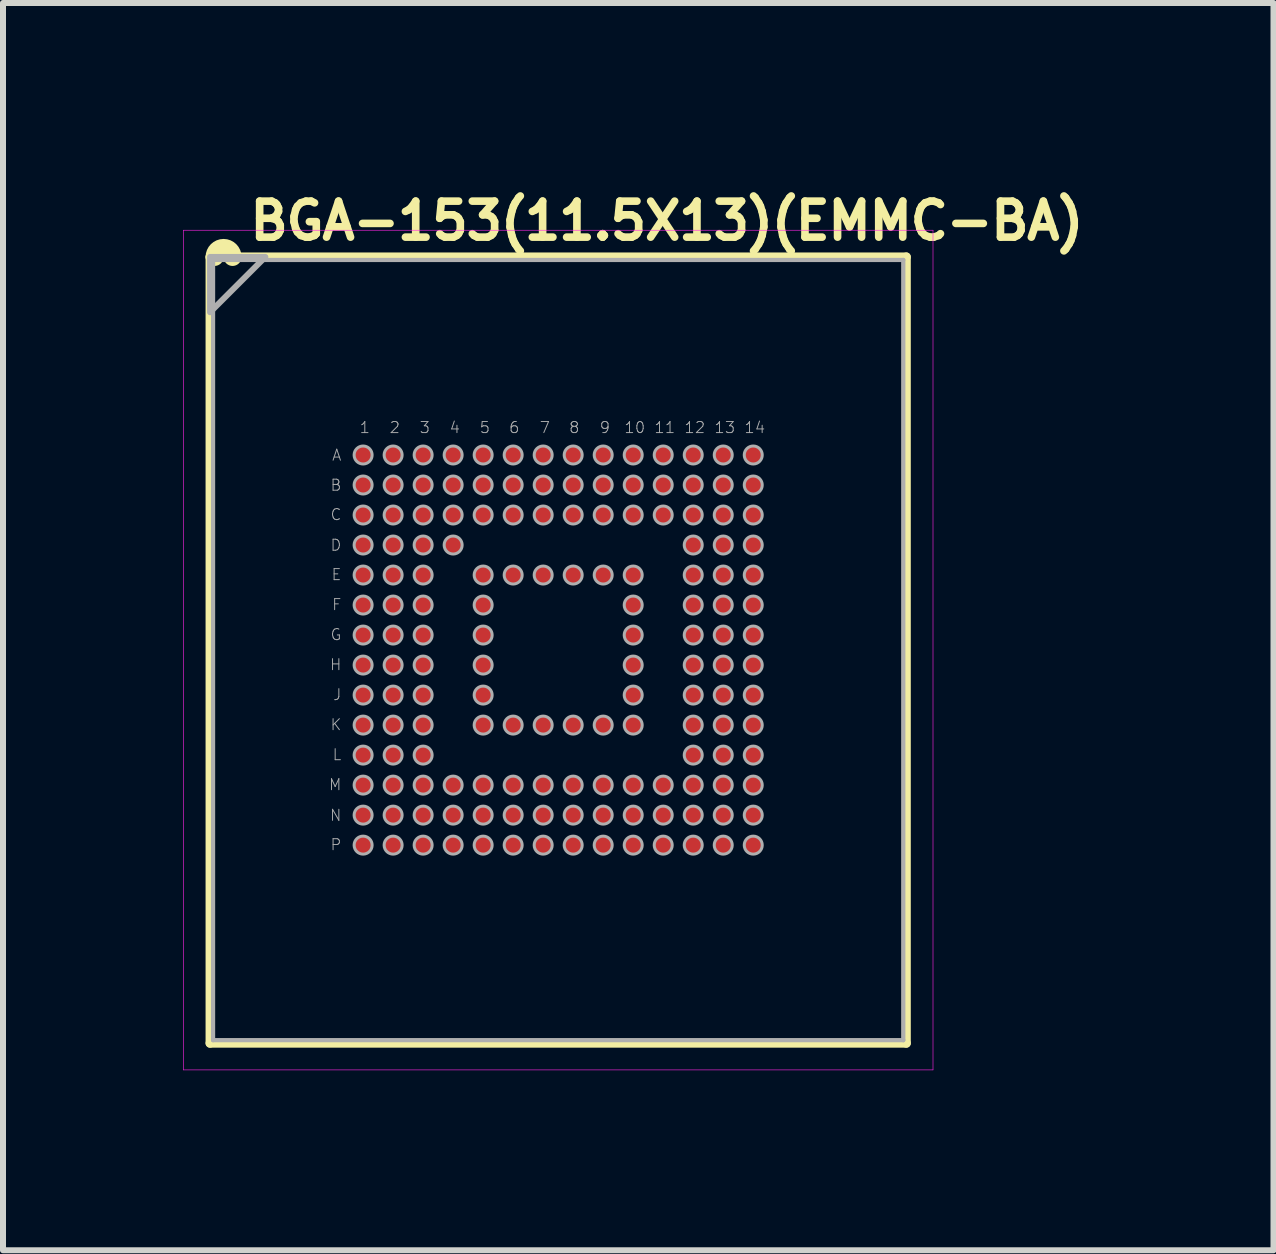
<source format=kicad_pcb>
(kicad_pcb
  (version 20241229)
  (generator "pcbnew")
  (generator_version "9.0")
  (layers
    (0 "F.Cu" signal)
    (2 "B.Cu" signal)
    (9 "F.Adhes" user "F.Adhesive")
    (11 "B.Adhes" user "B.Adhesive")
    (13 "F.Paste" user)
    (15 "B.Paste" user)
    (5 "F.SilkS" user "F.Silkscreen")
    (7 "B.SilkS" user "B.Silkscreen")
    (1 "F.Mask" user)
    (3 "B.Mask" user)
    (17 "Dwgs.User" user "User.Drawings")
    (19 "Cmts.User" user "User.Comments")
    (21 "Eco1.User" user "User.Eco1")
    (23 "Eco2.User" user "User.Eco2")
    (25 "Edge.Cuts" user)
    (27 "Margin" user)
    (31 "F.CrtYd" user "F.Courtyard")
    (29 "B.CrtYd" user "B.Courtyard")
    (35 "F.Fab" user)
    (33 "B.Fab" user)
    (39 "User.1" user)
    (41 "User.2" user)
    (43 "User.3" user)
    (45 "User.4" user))
  (footprint "BGA-153(11.5X13)(EMMC-BA)"
    (layer "F.Cu")
    (at 6.25 7.781)
    (property "Reference" "BGA-153(11.5X13)(EMMC-BA)" (at -5.2 -6.8 0) (layer "F.SilkS") (effects (font (size 0.6 0.6) (thickness 0.127) (bold yes)) (justify left bottom)))
    (fp_circle (center -3.25 -3.25) (end -3.148 -3.25) (stroke (width 0.203) (type solid)) (fill no) (layer "F.Mask"))
    (fp_circle (center -3.25 -2.75) (end -3.148 -2.75) (stroke (width 0.203) (type solid)) (fill no) (layer "F.Mask"))
    (fp_circle (center -3.25 -2.25) (end -3.148 -2.25) (stroke (width 0.203) (type solid)) (fill no) (layer "F.Mask"))
    (fp_circle (center -3.25 -1.75) (end -3.148 -1.75) (stroke (width 0.203) (type solid)) (fill no) (layer "F.Mask"))
    (fp_circle (center -3.25 -1.25) (end -3.148 -1.25) (stroke (width 0.203) (type solid)) (fill no) (layer "F.Mask"))
    (fp_circle (center -3.25 -0.75) (end -3.148 -0.75) (stroke (width 0.203) (type solid)) (fill no) (layer "F.Mask"))
    (fp_circle (center -3.25 -0.25) (end -3.148 -0.25) (stroke (width 0.203) (type solid)) (fill no) (layer "F.Mask"))
    (fp_circle (center -3.25 0.25) (end -3.148 0.25) (stroke (width 0.203) (type solid)) (fill no) (layer "F.Mask"))
    (fp_circle (center -3.25 0.75) (end -3.148 0.75) (stroke (width 0.203) (type solid)) (fill no) (layer "F.Mask"))
    (fp_circle (center -3.25 1.25) (end -3.148 1.25) (stroke (width 0.203) (type solid)) (fill no) (layer "F.Mask"))
    (fp_circle (center -3.25 1.75) (end -3.148 1.75) (stroke (width 0.203) (type solid)) (fill no) (layer "F.Mask"))
    (fp_circle (center -3.25 2.25) (end -3.148 2.25) (stroke (width 0.203) (type solid)) (fill no) (layer "F.Mask"))
    (fp_circle (center -3.25 2.75) (end -3.148 2.75) (stroke (width 0.203) (type solid)) (fill no) (layer "F.Mask"))
    (fp_circle (center -3.25 3.25) (end -3.148 3.25) (stroke (width 0.203) (type solid)) (fill no) (layer "F.Mask"))
    (fp_circle (center -2.75 -3.25) (end -2.648 -3.25) (stroke (width 0.203) (type solid)) (fill no) (layer "F.Mask"))
    (fp_circle (center -2.75 -2.75) (end -2.648 -2.75) (stroke (width 0.203) (type solid)) (fill no) (layer "F.Mask"))
    (fp_circle (center -2.75 -2.25) (end -2.648 -2.25) (stroke (width 0.203) (type solid)) (fill no) (layer "F.Mask"))
    (fp_circle (center -2.75 -1.75) (end -2.648 -1.75) (stroke (width 0.203) (type solid)) (fill no) (layer "F.Mask"))
    (fp_circle (center -2.75 -1.25) (end -2.648 -1.25) (stroke (width 0.203) (type solid)) (fill no) (layer "F.Mask"))
    (fp_circle (center -2.75 -0.75) (end -2.648 -0.75) (stroke (width 0.203) (type solid)) (fill no) (layer "F.Mask"))
    (fp_circle (center -2.75 -0.25) (end -2.648 -0.25) (stroke (width 0.203) (type solid)) (fill no) (layer "F.Mask"))
    (fp_circle (center -2.75 0.25) (end -2.648 0.25) (stroke (width 0.203) (type solid)) (fill no) (layer "F.Mask"))
    (fp_circle (center -2.75 0.75) (end -2.648 0.75) (stroke (width 0.203) (type solid)) (fill no) (layer "F.Mask"))
    (fp_circle (center -2.75 1.25) (end -2.648 1.25) (stroke (width 0.203) (type solid)) (fill no) (layer "F.Mask"))
    (fp_circle (center -2.75 1.75) (end -2.648 1.75) (stroke (width 0.203) (type solid)) (fill no) (layer "F.Mask"))
    (fp_circle (center -2.75 2.25) (end -2.648 2.25) (stroke (width 0.203) (type solid)) (fill no) (layer "F.Mask"))
    (fp_circle (center -2.75 2.75) (end -2.648 2.75) (stroke (width 0.203) (type solid)) (fill no) (layer "F.Mask"))
    (fp_circle (center -2.75 3.25) (end -2.648 3.25) (stroke (width 0.203) (type solid)) (fill no) (layer "F.Mask"))
    (fp_circle (center -2.25 -3.25) (end -2.148 -3.25) (stroke (width 0.203) (type solid)) (fill no) (layer "F.Mask"))
    (fp_circle (center -2.25 -2.75) (end -2.148 -2.75) (stroke (width 0.203) (type solid)) (fill no) (layer "F.Mask"))
    (fp_circle (center -2.25 -2.25) (end -2.148 -2.25) (stroke (width 0.203) (type solid)) (fill no) (layer "F.Mask"))
    (fp_circle (center -2.25 -1.75) (end -2.148 -1.75) (stroke (width 0.203) (type solid)) (fill no) (layer "F.Mask"))
    (fp_circle (center -2.25 -1.25) (end -2.148 -1.25) (stroke (width 0.203) (type solid)) (fill no) (layer "F.Mask"))
    (fp_circle (center -2.25 -0.75) (end -2.148 -0.75) (stroke (width 0.203) (type solid)) (fill no) (layer "F.Mask"))
    (fp_circle (center -2.25 -0.25) (end -2.148 -0.25) (stroke (width 0.203) (type solid)) (fill no) (layer "F.Mask"))
    (fp_circle (center -2.25 0.25) (end -2.148 0.25) (stroke (width 0.203) (type solid)) (fill no) (layer "F.Mask"))
    (fp_circle (center -2.25 0.75) (end -2.148 0.75) (stroke (width 0.203) (type solid)) (fill no) (layer "F.Mask"))
    (fp_circle (center -2.25 1.25) (end -2.148 1.25) (stroke (width 0.203) (type solid)) (fill no) (layer "F.Mask"))
    (fp_circle (center -2.25 1.75) (end -2.148 1.75) (stroke (width 0.203) (type solid)) (fill no) (layer "F.Mask"))
    (fp_circle (center -2.25 2.25) (end -2.148 2.25) (stroke (width 0.203) (type solid)) (fill no) (layer "F.Mask"))
    (fp_circle (center -2.25 2.75) (end -2.148 2.75) (stroke (width 0.203) (type solid)) (fill no) (layer "F.Mask"))
    (fp_circle (center -2.25 3.25) (end -2.148 3.25) (stroke (width 0.203) (type solid)) (fill no) (layer "F.Mask"))
    (fp_circle (center -1.75 -3.25) (end -1.648 -3.25) (stroke (width 0.203) (type solid)) (fill no) (layer "F.Mask"))
    (fp_circle (center -1.75 -2.75) (end -1.648 -2.75) (stroke (width 0.203) (type solid)) (fill no) (layer "F.Mask"))
    (fp_circle (center -1.75 -2.25) (end -1.648 -2.25) (stroke (width 0.203) (type solid)) (fill no) (layer "F.Mask"))
    (fp_circle (center -1.75 -1.75) (end -1.648 -1.75) (stroke (width 0.203) (type solid)) (fill no) (layer "F.Mask"))
    (fp_circle (center -1.75 2.25) (end -1.648 2.25) (stroke (width 0.203) (type solid)) (fill no) (layer "F.Mask"))
    (fp_circle (center -1.75 2.75) (end -1.648 2.75) (stroke (width 0.203) (type solid)) (fill no) (layer "F.Mask"))
    (fp_circle (center -1.75 3.25) (end -1.648 3.25) (stroke (width 0.203) (type solid)) (fill no) (layer "F.Mask"))
    (fp_circle (center -1.25 -3.25) (end -1.148 -3.25) (stroke (width 0.203) (type solid)) (fill no) (layer "F.Mask"))
    (fp_circle (center -1.25 -2.75) (end -1.148 -2.75) (stroke (width 0.203) (type solid)) (fill no) (layer "F.Mask"))
    (fp_circle (center -1.25 -2.25) (end -1.148 -2.25) (stroke (width 0.203) (type solid)) (fill no) (layer "F.Mask"))
    (fp_circle (center -1.25 -1.25) (end -1.148 -1.25) (stroke (width 0.203) (type solid)) (fill no) (layer "F.Mask"))
    (fp_circle (center -1.25 -0.75) (end -1.148 -0.75) (stroke (width 0.203) (type solid)) (fill no) (layer "F.Mask"))
    (fp_circle (center -1.25 -0.25) (end -1.148 -0.25) (stroke (width 0.203) (type solid)) (fill no) (layer "F.Mask"))
    (fp_circle (center -1.25 0.25) (end -1.148 0.25) (stroke (width 0.203) (type solid)) (fill no) (layer "F.Mask"))
    (fp_circle (center -1.25 0.75) (end -1.148 0.75) (stroke (width 0.203) (type solid)) (fill no) (layer "F.Mask"))
    (fp_circle (center -1.25 1.25) (end -1.148 1.25) (stroke (width 0.203) (type solid)) (fill no) (layer "F.Mask"))
    (fp_circle (center -1.25 2.25) (end -1.148 2.25) (stroke (width 0.203) (type solid)) (fill no) (layer "F.Mask"))
    (fp_circle (center -1.25 2.75) (end -1.148 2.75) (stroke (width 0.203) (type solid)) (fill no) (layer "F.Mask"))
    (fp_circle (center -1.25 3.25) (end -1.148 3.25) (stroke (width 0.203) (type solid)) (fill no) (layer "F.Mask"))
    (fp_circle (center -0.75 -3.25) (end -0.648 -3.25) (stroke (width 0.203) (type solid)) (fill no) (layer "F.Mask"))
    (fp_circle (center -0.75 -2.75) (end -0.648 -2.75) (stroke (width 0.203) (type solid)) (fill no) (layer "F.Mask"))
    (fp_circle (center -0.75 -2.25) (end -0.648 -2.25) (stroke (width 0.203) (type solid)) (fill no) (layer "F.Mask"))
    (fp_circle (center -0.75 -1.25) (end -0.648 -1.25) (stroke (width 0.203) (type solid)) (fill no) (layer "F.Mask"))
    (fp_circle (center -0.75 1.25) (end -0.648 1.25) (stroke (width 0.203) (type solid)) (fill no) (layer "F.Mask"))
    (fp_circle (center -0.75 2.25) (end -0.648 2.25) (stroke (width 0.203) (type solid)) (fill no) (layer "F.Mask"))
    (fp_circle (center -0.75 2.75) (end -0.648 2.75) (stroke (width 0.203) (type solid)) (fill no) (layer "F.Mask"))
    (fp_circle (center -0.75 3.25) (end -0.648 3.25) (stroke (width 0.203) (type solid)) (fill no) (layer "F.Mask"))
    (fp_circle (center -0.25 -3.25) (end -0.148 -3.25) (stroke (width 0.203) (type solid)) (fill no) (layer "F.Mask"))
    (fp_circle (center -0.25 -2.75) (end -0.148 -2.75) (stroke (width 0.203) (type solid)) (fill no) (layer "F.Mask"))
    (fp_circle (center -0.25 -2.25) (end -0.148 -2.25) (stroke (width 0.203) (type solid)) (fill no) (layer "F.Mask"))
    (fp_circle (center -0.25 -1.25) (end -0.148 -1.25) (stroke (width 0.203) (type solid)) (fill no) (layer "F.Mask"))
    (fp_circle (center -0.25 1.25) (end -0.148 1.25) (stroke (width 0.203) (type solid)) (fill no) (layer "F.Mask"))
    (fp_circle (center -0.25 2.25) (end -0.148 2.25) (stroke (width 0.203) (type solid)) (fill no) (layer "F.Mask"))
    (fp_circle (center -0.25 2.75) (end -0.148 2.75) (stroke (width 0.203) (type solid)) (fill no) (layer "F.Mask"))
    (fp_circle (center -0.25 3.25) (end -0.148 3.25) (stroke (width 0.203) (type solid)) (fill no) (layer "F.Mask"))
    (fp_circle (center 0.25 -3.25) (end 0.352 -3.25) (stroke (width 0.203) (type solid)) (fill no) (layer "F.Mask"))
    (fp_circle (center 0.25 -2.75) (end 0.352 -2.75) (stroke (width 0.203) (type solid)) (fill no) (layer "F.Mask"))
    (fp_circle (center 0.25 -2.25) (end 0.352 -2.25) (stroke (width 0.203) (type solid)) (fill no) (layer "F.Mask"))
    (fp_circle (center 0.25 -1.25) (end 0.352 -1.25) (stroke (width 0.203) (type solid)) (fill no) (layer "F.Mask"))
    (fp_circle (center 0.25 1.25) (end 0.352 1.25) (stroke (width 0.203) (type solid)) (fill no) (layer "F.Mask"))
    (fp_circle (center 0.25 2.25) (end 0.352 2.25) (stroke (width 0.203) (type solid)) (fill no) (layer "F.Mask"))
    (fp_circle (center 0.25 2.75) (end 0.352 2.75) (stroke (width 0.203) (type solid)) (fill no) (layer "F.Mask"))
    (fp_circle (center 0.25 3.25) (end 0.352 3.25) (stroke (width 0.203) (type solid)) (fill no) (layer "F.Mask"))
    (fp_circle (center 0.75 -3.25) (end 0.852 -3.25) (stroke (width 0.203) (type solid)) (fill no) (layer "F.Mask"))
    (fp_circle (center 0.75 -2.75) (end 0.852 -2.75) (stroke (width 0.203) (type solid)) (fill no) (layer "F.Mask"))
    (fp_circle (center 0.75 -2.25) (end 0.852 -2.25) (stroke (width 0.203) (type solid)) (fill no) (layer "F.Mask"))
    (fp_circle (center 0.75 -1.25) (end 0.852 -1.25) (stroke (width 0.203) (type solid)) (fill no) (layer "F.Mask"))
    (fp_circle (center 0.75 1.25) (end 0.852 1.25) (stroke (width 0.203) (type solid)) (fill no) (layer "F.Mask"))
    (fp_circle (center 0.75 2.25) (end 0.852 2.25) (stroke (width 0.203) (type solid)) (fill no) (layer "F.Mask"))
    (fp_circle (center 0.75 2.75) (end 0.852 2.75) (stroke (width 0.203) (type solid)) (fill no) (layer "F.Mask"))
    (fp_circle (center 0.75 3.25) (end 0.852 3.25) (stroke (width 0.203) (type solid)) (fill no) (layer "F.Mask"))
    (fp_circle (center 1.25 -3.25) (end 1.352 -3.25) (stroke (width 0.203) (type solid)) (fill no) (layer "F.Mask"))
    (fp_circle (center 1.25 -2.75) (end 1.352 -2.75) (stroke (width 0.203) (type solid)) (fill no) (layer "F.Mask"))
    (fp_circle (center 1.25 -2.25) (end 1.352 -2.25) (stroke (width 0.203) (type solid)) (fill no) (layer "F.Mask"))
    (fp_circle (center 1.25 -1.25) (end 1.352 -1.25) (stroke (width 0.203) (type solid)) (fill no) (layer "F.Mask"))
    (fp_circle (center 1.25 -0.75) (end 1.352 -0.75) (stroke (width 0.203) (type solid)) (fill no) (layer "F.Mask"))
    (fp_circle (center 1.25 -0.25) (end 1.352 -0.25) (stroke (width 0.203) (type solid)) (fill no) (layer "F.Mask"))
    (fp_circle (center 1.25 0.25) (end 1.352 0.25) (stroke (width 0.203) (type solid)) (fill no) (layer "F.Mask"))
    (fp_circle (center 1.25 0.75) (end 1.352 0.75) (stroke (width 0.203) (type solid)) (fill no) (layer "F.Mask"))
    (fp_circle (center 1.25 1.25) (end 1.352 1.25) (stroke (width 0.203) (type solid)) (fill no) (layer "F.Mask"))
    (fp_circle (center 1.25 2.25) (end 1.352 2.25) (stroke (width 0.203) (type solid)) (fill no) (layer "F.Mask"))
    (fp_circle (center 1.25 2.75) (end 1.352 2.75) (stroke (width 0.203) (type solid)) (fill no) (layer "F.Mask"))
    (fp_circle (center 1.25 3.25) (end 1.352 3.25) (stroke (width 0.203) (type solid)) (fill no) (layer "F.Mask"))
    (fp_circle (center 1.75 -3.25) (end 1.852 -3.25) (stroke (width 0.203) (type solid)) (fill no) (layer "F.Mask"))
    (fp_circle (center 1.75 -2.75) (end 1.852 -2.75) (stroke (width 0.203) (type solid)) (fill no) (layer "F.Mask"))
    (fp_circle (center 1.75 -2.25) (end 1.852 -2.25) (stroke (width 0.203) (type solid)) (fill no) (layer "F.Mask"))
    (fp_circle (center 1.75 2.25) (end 1.852 2.25) (stroke (width 0.203) (type solid)) (fill no) (layer "F.Mask"))
    (fp_circle (center 1.75 2.75) (end 1.852 2.75) (stroke (width 0.203) (type solid)) (fill no) (layer "F.Mask"))
    (fp_circle (center 1.75 3.25) (end 1.852 3.25) (stroke (width 0.203) (type solid)) (fill no) (layer "F.Mask"))
    (fp_circle (center 2.25 -3.25) (end 2.352 -3.25) (stroke (width 0.203) (type solid)) (fill no) (layer "F.Mask"))
    (fp_circle (center 2.25 -2.75) (end 2.352 -2.75) (stroke (width 0.203) (type solid)) (fill no) (layer "F.Mask"))
    (fp_circle (center 2.25 -2.25) (end 2.352 -2.25) (stroke (width 0.203) (type solid)) (fill no) (layer "F.Mask"))
    (fp_circle (center 2.25 -1.75) (end 2.352 -1.75) (stroke (width 0.203) (type solid)) (fill no) (layer "F.Mask"))
    (fp_circle (center 2.25 -1.25) (end 2.352 -1.25) (stroke (width 0.203) (type solid)) (fill no) (layer "F.Mask"))
    (fp_circle (center 2.25 -0.75) (end 2.352 -0.75) (stroke (width 0.203) (type solid)) (fill no) (layer "F.Mask"))
    (fp_circle (center 2.25 -0.25) (end 2.352 -0.25) (stroke (width 0.203) (type solid)) (fill no) (layer "F.Mask"))
    (fp_circle (center 2.25 0.25) (end 2.352 0.25) (stroke (width 0.203) (type solid)) (fill no) (layer "F.Mask"))
    (fp_circle (center 2.25 0.75) (end 2.352 0.75) (stroke (width 0.203) (type solid)) (fill no) (layer "F.Mask"))
    (fp_circle (center 2.25 1.25) (end 2.352 1.25) (stroke (width 0.203) (type solid)) (fill no) (layer "F.Mask"))
    (fp_circle (center 2.25 1.75) (end 2.352 1.75) (stroke (width 0.203) (type solid)) (fill no) (layer "F.Mask"))
    (fp_circle (center 2.25 2.25) (end 2.352 2.25) (stroke (width 0.203) (type solid)) (fill no) (layer "F.Mask"))
    (fp_circle (center 2.25 2.75) (end 2.352 2.75) (stroke (width 0.203) (type solid)) (fill no) (layer "F.Mask"))
    (fp_circle (center 2.25 3.25) (end 2.352 3.25) (stroke (width 0.203) (type solid)) (fill no) (layer "F.Mask"))
    (fp_circle (center 2.75 -3.25) (end 2.852 -3.25) (stroke (width 0.203) (type solid)) (fill no) (layer "F.Mask"))
    (fp_circle (center 2.75 -2.75) (end 2.852 -2.75) (stroke (width 0.203) (type solid)) (fill no) (layer "F.Mask"))
    (fp_circle (center 2.75 -2.25) (end 2.852 -2.25) (stroke (width 0.203) (type solid)) (fill no) (layer "F.Mask"))
    (fp_circle (center 2.75 -1.75) (end 2.852 -1.75) (stroke (width 0.203) (type solid)) (fill no) (layer "F.Mask"))
    (fp_circle (center 2.75 -1.25) (end 2.852 -1.25) (stroke (width 0.203) (type solid)) (fill no) (layer "F.Mask"))
    (fp_circle (center 2.75 -0.75) (end 2.852 -0.75) (stroke (width 0.203) (type solid)) (fill no) (layer "F.Mask"))
    (fp_circle (center 2.75 -0.25) (end 2.852 -0.25) (stroke (width 0.203) (type solid)) (fill no) (layer "F.Mask"))
    (fp_circle (center 2.75 0.25) (end 2.852 0.25) (stroke (width 0.203) (type solid)) (fill no) (layer "F.Mask"))
    (fp_circle (center 2.75 0.75) (end 2.852 0.75) (stroke (width 0.203) (type solid)) (fill no) (layer "F.Mask"))
    (fp_circle (center 2.75 1.25) (end 2.852 1.25) (stroke (width 0.203) (type solid)) (fill no) (layer "F.Mask"))
    (fp_circle (center 2.75 1.75) (end 2.852 1.75) (stroke (width 0.203) (type solid)) (fill no) (layer "F.Mask"))
    (fp_circle (center 2.75 2.25) (end 2.852 2.25) (stroke (width 0.203) (type solid)) (fill no) (layer "F.Mask"))
    (fp_circle (center 2.75 2.75) (end 2.852 2.75) (stroke (width 0.203) (type solid)) (fill no) (layer "F.Mask"))
    (fp_circle (center 2.75 3.25) (end 2.852 3.25) (stroke (width 0.203) (type solid)) (fill no) (layer "F.Mask"))
    (fp_circle (center 3.25 -3.25) (end 3.352 -3.25) (stroke (width 0.203) (type solid)) (fill no) (layer "F.Mask"))
    (fp_circle (center 3.25 -2.75) (end 3.352 -2.75) (stroke (width 0.203) (type solid)) (fill no) (layer "F.Mask"))
    (fp_circle (center 3.25 -2.25) (end 3.352 -2.25) (stroke (width 0.203) (type solid)) (fill no) (layer "F.Mask"))
    (fp_circle (center 3.25 -1.75) (end 3.352 -1.75) (stroke (width 0.203) (type solid)) (fill no) (layer "F.Mask"))
    (fp_circle (center 3.25 -1.25) (end 3.352 -1.25) (stroke (width 0.203) (type solid)) (fill no) (layer "F.Mask"))
    (fp_circle (center 3.25 -0.75) (end 3.352 -0.75) (stroke (width 0.203) (type solid)) (fill no) (layer "F.Mask"))
    (fp_circle (center 3.25 -0.25) (end 3.352 -0.25) (stroke (width 0.203) (type solid)) (fill no) (layer "F.Mask"))
    (fp_circle (center 3.25 0.25) (end 3.352 0.25) (stroke (width 0.203) (type solid)) (fill no) (layer "F.Mask"))
    (fp_circle (center 3.25 0.75) (end 3.352 0.75) (stroke (width 0.203) (type solid)) (fill no) (layer "F.Mask"))
    (fp_circle (center 3.25 1.25) (end 3.352 1.25) (stroke (width 0.203) (type solid)) (fill no) (layer "F.Mask"))
    (fp_circle (center 3.25 1.75) (end 3.352 1.75) (stroke (width 0.203) (type solid)) (fill no) (layer "F.Mask"))
    (fp_circle (center 3.25 2.25) (end 3.352 2.25) (stroke (width 0.203) (type solid)) (fill no) (layer "F.Mask"))
    (fp_circle (center 3.25 2.75) (end 3.352 2.75) (stroke (width 0.203) (type solid)) (fill no) (layer "F.Mask"))
    (fp_circle (center 3.25 3.25) (end 3.352 3.25) (stroke (width 0.203) (type solid)) (fill no) (layer "F.Mask"))
    (fp_line (start -5.8 -6.55) (end -5.725 -6.55) (stroke (width 0.15) (type solid)) (layer "F.SilkS"))
    (fp_line (start -5.8 6.55) (end -5.8 -6.55) (stroke (width 0.15) (type solid)) (layer "F.SilkS"))
    (fp_line (start -5.725 -6.55) (end -5.425 -6.55) (stroke (width 0.15) (type solid)) (layer "F.SilkS"))
    (fp_line (start -5.425 -6.55) (end 5.8 -6.55) (stroke (width 0.15) (type solid)) (layer "F.SilkS"))
    (fp_line (start 5.8 -6.55) (end 5.8 6.55) (stroke (width 0.15) (type solid)) (layer "F.SilkS"))
    (fp_line (start 5.8 6.55) (end -5.8 6.55) (stroke (width 0.15) (type solid)) (layer "F.SilkS"))
    (fp_arc (start -5.725 -6.55) (mid -5.575 -6.7) (end -5.425 -6.55) (stroke (width 0.3) (type solid)) (layer "F.SilkS"))
    (fp_line (start -6.245 -6.995) (end -6.245 6.995) (stroke (width 0.01) (type solid)) (layer "F.CrtYd"))
    (fp_line (start -6.245 6.995) (end 6.245 6.995) (stroke (width 0.01) (type solid)) (layer "F.CrtYd"))
    (fp_line (start 6.245 -6.995) (end -6.245 -6.995) (stroke (width 0.01) (type solid)) (layer "F.CrtYd"))
    (fp_line (start 6.245 6.995) (end 6.245 -6.995) (stroke (width 0.01) (type solid)) (layer "F.CrtYd"))
    (fp_line (start -5.75 -6.5) (end 5.75 -6.5) (stroke (width 0.07) (type solid)) (layer "F.Fab"))
    (fp_line (start -5.75 6.5) (end -5.75 -6.5) (stroke (width 0.07) (type solid)) (layer "F.Fab"))
    (fp_line (start 5.75 -6.5) (end 5.75 6.5) (stroke (width 0.07) (type solid)) (layer "F.Fab"))
    (fp_line (start 5.75 6.5) (end -5.75 6.5) (stroke (width 0.07) (type solid)) (layer "F.Fab"))
    (fp_circle (center -3.25 -3.25) (end -3.1 -3.25) (stroke (width 0.05) (type solid)) (fill no) (layer "F.Fab"))
    (fp_circle (center -3.25 -2.75) (end -3.1 -2.75) (stroke (width 0.05) (type solid)) (fill no) (layer "F.Fab"))
    (fp_circle (center -3.25 -2.25) (end -3.1 -2.25) (stroke (width 0.05) (type solid)) (fill no) (layer "F.Fab"))
    (fp_circle (center -3.25 -1.75) (end -3.1 -1.75) (stroke (width 0.05) (type solid)) (fill no) (layer "F.Fab"))
    (fp_circle (center -3.25 -1.25) (end -3.1 -1.25) (stroke (width 0.05) (type solid)) (fill no) (layer "F.Fab"))
    (fp_circle (center -3.25 -0.75) (end -3.1 -0.75) (stroke (width 0.05) (type solid)) (fill no) (layer "F.Fab"))
    (fp_circle (center -3.25 -0.25) (end -3.1 -0.25) (stroke (width 0.05) (type solid)) (fill no) (layer "F.Fab"))
    (fp_circle (center -3.25 0.25) (end -3.1 0.25) (stroke (width 0.05) (type solid)) (fill no) (layer "F.Fab"))
    (fp_circle (center -3.25 0.75) (end -3.1 0.75) (stroke (width 0.05) (type solid)) (fill no) (layer "F.Fab"))
    (fp_circle (center -3.25 1.25) (end -3.1 1.25) (stroke (width 0.05) (type solid)) (fill no) (layer "F.Fab"))
    (fp_circle (center -3.25 1.75) (end -3.1 1.75) (stroke (width 0.05) (type solid)) (fill no) (layer "F.Fab"))
    (fp_circle (center -3.25 2.25) (end -3.1 2.25) (stroke (width 0.05) (type solid)) (fill no) (layer "F.Fab"))
    (fp_circle (center -3.25 2.75) (end -3.1 2.75) (stroke (width 0.05) (type solid)) (fill no) (layer "F.Fab"))
    (fp_circle (center -3.25 3.25) (end -3.1 3.25) (stroke (width 0.05) (type solid)) (fill no) (layer "F.Fab"))
    (fp_circle (center -2.75 -3.25) (end -2.6 -3.25) (stroke (width 0.05) (type solid)) (fill no) (layer "F.Fab"))
    (fp_circle (center -2.75 -2.75) (end -2.6 -2.75) (stroke (width 0.05) (type solid)) (fill no) (layer "F.Fab"))
    (fp_circle (center -2.75 -2.25) (end -2.6 -2.25) (stroke (width 0.05) (type solid)) (fill no) (layer "F.Fab"))
    (fp_circle (center -2.75 -1.75) (end -2.6 -1.75) (stroke (width 0.05) (type solid)) (fill no) (layer "F.Fab"))
    (fp_circle (center -2.75 -1.25) (end -2.6 -1.25) (stroke (width 0.05) (type solid)) (fill no) (layer "F.Fab"))
    (fp_circle (center -2.75 -0.75) (end -2.6 -0.75) (stroke (width 0.05) (type solid)) (fill no) (layer "F.Fab"))
    (fp_circle (center -2.75 -0.25) (end -2.6 -0.25) (stroke (width 0.05) (type solid)) (fill no) (layer "F.Fab"))
    (fp_circle (center -2.75 0.25) (end -2.6 0.25) (stroke (width 0.05) (type solid)) (fill no) (layer "F.Fab"))
    (fp_circle (center -2.75 0.75) (end -2.6 0.75) (stroke (width 0.05) (type solid)) (fill no) (layer "F.Fab"))
    (fp_circle (center -2.75 1.25) (end -2.6 1.25) (stroke (width 0.05) (type solid)) (fill no) (layer "F.Fab"))
    (fp_circle (center -2.75 1.75) (end -2.6 1.75) (stroke (width 0.05) (type solid)) (fill no) (layer "F.Fab"))
    (fp_circle (center -2.75 2.25) (end -2.6 2.25) (stroke (width 0.05) (type solid)) (fill no) (layer "F.Fab"))
    (fp_circle (center -2.75 2.75) (end -2.6 2.75) (stroke (width 0.05) (type solid)) (fill no) (layer "F.Fab"))
    (fp_circle (center -2.75 3.25) (end -2.6 3.25) (stroke (width 0.05) (type solid)) (fill no) (layer "F.Fab"))
    (fp_circle (center -2.25 -3.25) (end -2.1 -3.25) (stroke (width 0.05) (type solid)) (fill no) (layer "F.Fab"))
    (fp_circle (center -2.25 -2.75) (end -2.1 -2.75) (stroke (width 0.05) (type solid)) (fill no) (layer "F.Fab"))
    (fp_circle (center -2.25 -2.25) (end -2.1 -2.25) (stroke (width 0.05) (type solid)) (fill no) (layer "F.Fab"))
    (fp_circle (center -2.25 -1.75) (end -2.1 -1.75) (stroke (width 0.05) (type solid)) (fill no) (layer "F.Fab"))
    (fp_circle (center -2.25 -1.25) (end -2.1 -1.25) (stroke (width 0.05) (type solid)) (fill no) (layer "F.Fab"))
    (fp_circle (center -2.25 -0.75) (end -2.1 -0.75) (stroke (width 0.05) (type solid)) (fill no) (layer "F.Fab"))
    (fp_circle (center -2.25 -0.25) (end -2.1 -0.25) (stroke (width 0.05) (type solid)) (fill no) (layer "F.Fab"))
    (fp_circle (center -2.25 0.25) (end -2.1 0.25) (stroke (width 0.05) (type solid)) (fill no) (layer "F.Fab"))
    (fp_circle (center -2.25 0.75) (end -2.1 0.75) (stroke (width 0.05) (type solid)) (fill no) (layer "F.Fab"))
    (fp_circle (center -2.25 1.25) (end -2.1 1.25) (stroke (width 0.05) (type solid)) (fill no) (layer "F.Fab"))
    (fp_circle (center -2.25 1.75) (end -2.1 1.75) (stroke (width 0.05) (type solid)) (fill no) (layer "F.Fab"))
    (fp_circle (center -2.25 2.25) (end -2.1 2.25) (stroke (width 0.05) (type solid)) (fill no) (layer "F.Fab"))
    (fp_circle (center -2.25 2.75) (end -2.1 2.75) (stroke (width 0.05) (type solid)) (fill no) (layer "F.Fab"))
    (fp_circle (center -2.25 3.25) (end -2.1 3.25) (stroke (width 0.05) (type solid)) (fill no) (layer "F.Fab"))
    (fp_circle (center -1.75 -3.25) (end -1.6 -3.25) (stroke (width 0.05) (type solid)) (fill no) (layer "F.Fab"))
    (fp_circle (center -1.75 -2.75) (end -1.6 -2.75) (stroke (width 0.05) (type solid)) (fill no) (layer "F.Fab"))
    (fp_circle (center -1.75 -2.25) (end -1.6 -2.25) (stroke (width 0.05) (type solid)) (fill no) (layer "F.Fab"))
    (fp_circle (center -1.75 -1.75) (end -1.6 -1.75) (stroke (width 0.05) (type solid)) (fill no) (layer "F.Fab"))
    (fp_circle (center -1.75 2.25) (end -1.6 2.25) (stroke (width 0.05) (type solid)) (fill no) (layer "F.Fab"))
    (fp_circle (center -1.75 2.75) (end -1.6 2.75) (stroke (width 0.05) (type solid)) (fill no) (layer "F.Fab"))
    (fp_circle (center -1.75 3.25) (end -1.6 3.25) (stroke (width 0.05) (type solid)) (fill no) (layer "F.Fab"))
    (fp_circle (center -1.25 -3.25) (end -1.1 -3.25) (stroke (width 0.05) (type solid)) (fill no) (layer "F.Fab"))
    (fp_circle (center -1.25 -2.75) (end -1.1 -2.75) (stroke (width 0.05) (type solid)) (fill no) (layer "F.Fab"))
    (fp_circle (center -1.25 -2.25) (end -1.1 -2.25) (stroke (width 0.05) (type solid)) (fill no) (layer "F.Fab"))
    (fp_circle (center -1.25 -1.25) (end -1.1 -1.25) (stroke (width 0.05) (type solid)) (fill no) (layer "F.Fab"))
    (fp_circle (center -1.25 -0.75) (end -1.1 -0.75) (stroke (width 0.05) (type solid)) (fill no) (layer "F.Fab"))
    (fp_circle (center -1.25 -0.25) (end -1.1 -0.25) (stroke (width 0.05) (type solid)) (fill no) (layer "F.Fab"))
    (fp_circle (center -1.25 0.25) (end -1.1 0.25) (stroke (width 0.05) (type solid)) (fill no) (layer "F.Fab"))
    (fp_circle (center -1.25 0.75) (end -1.1 0.75) (stroke (width 0.05) (type solid)) (fill no) (layer "F.Fab"))
    (fp_circle (center -1.25 1.25) (end -1.1 1.25) (stroke (width 0.05) (type solid)) (fill no) (layer "F.Fab"))
    (fp_circle (center -1.25 2.25) (end -1.1 2.25) (stroke (width 0.05) (type solid)) (fill no) (layer "F.Fab"))
    (fp_circle (center -1.25 2.75) (end -1.1 2.75) (stroke (width 0.05) (type solid)) (fill no) (layer "F.Fab"))
    (fp_circle (center -1.25 3.25) (end -1.1 3.25) (stroke (width 0.05) (type solid)) (fill no) (layer "F.Fab"))
    (fp_circle (center -0.75 -3.25) (end -0.6 -3.25) (stroke (width 0.05) (type solid)) (fill no) (layer "F.Fab"))
    (fp_circle (center -0.75 -2.75) (end -0.6 -2.75) (stroke (width 0.05) (type solid)) (fill no) (layer "F.Fab"))
    (fp_circle (center -0.75 -2.25) (end -0.6 -2.25) (stroke (width 0.05) (type solid)) (fill no) (layer "F.Fab"))
    (fp_circle (center -0.75 -1.25) (end -0.6 -1.25) (stroke (width 0.05) (type solid)) (fill no) (layer "F.Fab"))
    (fp_circle (center -0.75 1.25) (end -0.6 1.25) (stroke (width 0.05) (type solid)) (fill no) (layer "F.Fab"))
    (fp_circle (center -0.75 2.25) (end -0.6 2.25) (stroke (width 0.05) (type solid)) (fill no) (layer "F.Fab"))
    (fp_circle (center -0.75 2.75) (end -0.6 2.75) (stroke (width 0.05) (type solid)) (fill no) (layer "F.Fab"))
    (fp_circle (center -0.75 3.25) (end -0.6 3.25) (stroke (width 0.05) (type solid)) (fill no) (layer "F.Fab"))
    (fp_circle (center -0.25 -3.25) (end -0.1 -3.25) (stroke (width 0.05) (type solid)) (fill no) (layer "F.Fab"))
    (fp_circle (center -0.25 -2.75) (end -0.1 -2.75) (stroke (width 0.05) (type solid)) (fill no) (layer "F.Fab"))
    (fp_circle (center -0.25 -2.25) (end -0.1 -2.25) (stroke (width 0.05) (type solid)) (fill no) (layer "F.Fab"))
    (fp_circle (center -0.25 -1.25) (end -0.1 -1.25) (stroke (width 0.05) (type solid)) (fill no) (layer "F.Fab"))
    (fp_circle (center -0.25 1.25) (end -0.1 1.25) (stroke (width 0.05) (type solid)) (fill no) (layer "F.Fab"))
    (fp_circle (center -0.25 2.25) (end -0.1 2.25) (stroke (width 0.05) (type solid)) (fill no) (layer "F.Fab"))
    (fp_circle (center -0.25 2.75) (end -0.1 2.75) (stroke (width 0.05) (type solid)) (fill no) (layer "F.Fab"))
    (fp_circle (center -0.25 3.25) (end -0.1 3.25) (stroke (width 0.05) (type solid)) (fill no) (layer "F.Fab"))
    (fp_circle (center 0.25 -3.25) (end 0.4 -3.25) (stroke (width 0.05) (type solid)) (fill no) (layer "F.Fab"))
    (fp_circle (center 0.25 -2.75) (end 0.4 -2.75) (stroke (width 0.05) (type solid)) (fill no) (layer "F.Fab"))
    (fp_circle (center 0.25 -2.25) (end 0.4 -2.25) (stroke (width 0.05) (type solid)) (fill no) (layer "F.Fab"))
    (fp_circle (center 0.25 -1.25) (end 0.4 -1.25) (stroke (width 0.05) (type solid)) (fill no) (layer "F.Fab"))
    (fp_circle (center 0.25 1.25) (end 0.4 1.25) (stroke (width 0.05) (type solid)) (fill no) (layer "F.Fab"))
    (fp_circle (center 0.25 2.25) (end 0.4 2.25) (stroke (width 0.05) (type solid)) (fill no) (layer "F.Fab"))
    (fp_circle (center 0.25 2.75) (end 0.4 2.75) (stroke (width 0.05) (type solid)) (fill no) (layer "F.Fab"))
    (fp_circle (center 0.25 3.25) (end 0.4 3.25) (stroke (width 0.05) (type solid)) (fill no) (layer "F.Fab"))
    (fp_circle (center 0.75 -3.25) (end 0.9 -3.25) (stroke (width 0.05) (type solid)) (fill no) (layer "F.Fab"))
    (fp_circle (center 0.75 -2.75) (end 0.9 -2.75) (stroke (width 0.05) (type solid)) (fill no) (layer "F.Fab"))
    (fp_circle (center 0.75 -2.25) (end 0.9 -2.25) (stroke (width 0.05) (type solid)) (fill no) (layer "F.Fab"))
    (fp_circle (center 0.75 -1.25) (end 0.9 -1.25) (stroke (width 0.05) (type solid)) (fill no) (layer "F.Fab"))
    (fp_circle (center 0.75 1.25) (end 0.9 1.25) (stroke (width 0.05) (type solid)) (fill no) (layer "F.Fab"))
    (fp_circle (center 0.75 2.25) (end 0.9 2.25) (stroke (width 0.05) (type solid)) (fill no) (layer "F.Fab"))
    (fp_circle (center 0.75 2.75) (end 0.9 2.75) (stroke (width 0.05) (type solid)) (fill no) (layer "F.Fab"))
    (fp_circle (center 0.75 3.25) (end 0.9 3.25) (stroke (width 0.05) (type solid)) (fill no) (layer "F.Fab"))
    (fp_circle (center 1.25 -3.25) (end 1.4 -3.25) (stroke (width 0.05) (type solid)) (fill no) (layer "F.Fab"))
    (fp_circle (center 1.25 -2.75) (end 1.4 -2.75) (stroke (width 0.05) (type solid)) (fill no) (layer "F.Fab"))
    (fp_circle (center 1.25 -2.25) (end 1.4 -2.25) (stroke (width 0.05) (type solid)) (fill no) (layer "F.Fab"))
    (fp_circle (center 1.25 -1.25) (end 1.4 -1.25) (stroke (width 0.05) (type solid)) (fill no) (layer "F.Fab"))
    (fp_circle (center 1.25 -0.75) (end 1.4 -0.75) (stroke (width 0.05) (type solid)) (fill no) (layer "F.Fab"))
    (fp_circle (center 1.25 -0.25) (end 1.4 -0.25) (stroke (width 0.05) (type solid)) (fill no) (layer "F.Fab"))
    (fp_circle (center 1.25 0.25) (end 1.4 0.25) (stroke (width 0.05) (type solid)) (fill no) (layer "F.Fab"))
    (fp_circle (center 1.25 0.75) (end 1.4 0.75) (stroke (width 0.05) (type solid)) (fill no) (layer "F.Fab"))
    (fp_circle (center 1.25 1.25) (end 1.4 1.25) (stroke (width 0.05) (type solid)) (fill no) (layer "F.Fab"))
    (fp_circle (center 1.25 2.25) (end 1.4 2.25) (stroke (width 0.05) (type solid)) (fill no) (layer "F.Fab"))
    (fp_circle (center 1.25 2.75) (end 1.4 2.75) (stroke (width 0.05) (type solid)) (fill no) (layer "F.Fab"))
    (fp_circle (center 1.25 3.25) (end 1.4 3.25) (stroke (width 0.05) (type solid)) (fill no) (layer "F.Fab"))
    (fp_circle (center 1.75 -3.25) (end 1.9 -3.25) (stroke (width 0.05) (type solid)) (fill no) (layer "F.Fab"))
    (fp_circle (center 1.75 -2.75) (end 1.9 -2.75) (stroke (width 0.05) (type solid)) (fill no) (layer "F.Fab"))
    (fp_circle (center 1.75 -2.25) (end 1.9 -2.25) (stroke (width 0.05) (type solid)) (fill no) (layer "F.Fab"))
    (fp_circle (center 1.75 2.25) (end 1.9 2.25) (stroke (width 0.05) (type solid)) (fill no) (layer "F.Fab"))
    (fp_circle (center 1.75 2.75) (end 1.9 2.75) (stroke (width 0.05) (type solid)) (fill no) (layer "F.Fab"))
    (fp_circle (center 1.75 3.25) (end 1.9 3.25) (stroke (width 0.05) (type solid)) (fill no) (layer "F.Fab"))
    (fp_circle (center 2.25 -3.25) (end 2.4 -3.25) (stroke (width 0.05) (type solid)) (fill no) (layer "F.Fab"))
    (fp_circle (center 2.25 -2.75) (end 2.4 -2.75) (stroke (width 0.05) (type solid)) (fill no) (layer "F.Fab"))
    (fp_circle (center 2.25 -2.25) (end 2.4 -2.25) (stroke (width 0.05) (type solid)) (fill no) (layer "F.Fab"))
    (fp_circle (center 2.25 -1.75) (end 2.4 -1.75) (stroke (width 0.05) (type solid)) (fill no) (layer "F.Fab"))
    (fp_circle (center 2.25 -1.25) (end 2.4 -1.25) (stroke (width 0.05) (type solid)) (fill no) (layer "F.Fab"))
    (fp_circle (center 2.25 -0.75) (end 2.4 -0.75) (stroke (width 0.05) (type solid)) (fill no) (layer "F.Fab"))
    (fp_circle (center 2.25 -0.25) (end 2.4 -0.25) (stroke (width 0.05) (type solid)) (fill no) (layer "F.Fab"))
    (fp_circle (center 2.25 0.25) (end 2.4 0.25) (stroke (width 0.05) (type solid)) (fill no) (layer "F.Fab"))
    (fp_circle (center 2.25 0.75) (end 2.4 0.75) (stroke (width 0.05) (type solid)) (fill no) (layer "F.Fab"))
    (fp_circle (center 2.25 1.25) (end 2.4 1.25) (stroke (width 0.05) (type solid)) (fill no) (layer "F.Fab"))
    (fp_circle (center 2.25 1.75) (end 2.4 1.75) (stroke (width 0.05) (type solid)) (fill no) (layer "F.Fab"))
    (fp_circle (center 2.25 2.25) (end 2.4 2.25) (stroke (width 0.05) (type solid)) (fill no) (layer "F.Fab"))
    (fp_circle (center 2.25 2.75) (end 2.4 2.75) (stroke (width 0.05) (type solid)) (fill no) (layer "F.Fab"))
    (fp_circle (center 2.25 3.25) (end 2.4 3.25) (stroke (width 0.05) (type solid)) (fill no) (layer "F.Fab"))
    (fp_circle (center 2.75 -3.25) (end 2.9 -3.25) (stroke (width 0.05) (type solid)) (fill no) (layer "F.Fab"))
    (fp_circle (center 2.75 -2.75) (end 2.9 -2.75) (stroke (width 0.05) (type solid)) (fill no) (layer "F.Fab"))
    (fp_circle (center 2.75 -2.25) (end 2.9 -2.25) (stroke (width 0.05) (type solid)) (fill no) (layer "F.Fab"))
    (fp_circle (center 2.75 -1.75) (end 2.9 -1.75) (stroke (width 0.05) (type solid)) (fill no) (layer "F.Fab"))
    (fp_circle (center 2.75 -1.25) (end 2.9 -1.25) (stroke (width 0.05) (type solid)) (fill no) (layer "F.Fab"))
    (fp_circle (center 2.75 -0.75) (end 2.9 -0.75) (stroke (width 0.05) (type solid)) (fill no) (layer "F.Fab"))
    (fp_circle (center 2.75 -0.25) (end 2.9 -0.25) (stroke (width 0.05) (type solid)) (fill no) (layer "F.Fab"))
    (fp_circle (center 2.75 0.25) (end 2.9 0.25) (stroke (width 0.05) (type solid)) (fill no) (layer "F.Fab"))
    (fp_circle (center 2.75 0.75) (end 2.9 0.75) (stroke (width 0.05) (type solid)) (fill no) (layer "F.Fab"))
    (fp_circle (center 2.75 1.25) (end 2.9 1.25) (stroke (width 0.05) (type solid)) (fill no) (layer "F.Fab"))
    (fp_circle (center 2.75 1.75) (end 2.9 1.75) (stroke (width 0.05) (type solid)) (fill no) (layer "F.Fab"))
    (fp_circle (center 2.75 2.25) (end 2.9 2.25) (stroke (width 0.05) (type solid)) (fill no) (layer "F.Fab"))
    (fp_circle (center 2.75 2.75) (end 2.9 2.75) (stroke (width 0.05) (type solid)) (fill no) (layer "F.Fab"))
    (fp_circle (center 2.75 3.25) (end 2.9 3.25) (stroke (width 0.05) (type solid)) (fill no) (layer "F.Fab"))
    (fp_circle (center 3.25 -3.25) (end 3.4 -3.25) (stroke (width 0.05) (type solid)) (fill no) (layer "F.Fab"))
    (fp_circle (center 3.25 -2.75) (end 3.4 -2.75) (stroke (width 0.05) (type solid)) (fill no) (layer "F.Fab"))
    (fp_circle (center 3.25 -2.25) (end 3.4 -2.25) (stroke (width 0.05) (type solid)) (fill no) (layer "F.Fab"))
    (fp_circle (center 3.25 -1.75) (end 3.4 -1.75) (stroke (width 0.05) (type solid)) (fill no) (layer "F.Fab"))
    (fp_circle (center 3.25 -1.25) (end 3.4 -1.25) (stroke (width 0.05) (type solid)) (fill no) (layer "F.Fab"))
    (fp_circle (center 3.25 -0.75) (end 3.4 -0.75) (stroke (width 0.05) (type solid)) (fill no) (layer "F.Fab"))
    (fp_circle (center 3.25 -0.25) (end 3.4 -0.25) (stroke (width 0.05) (type solid)) (fill no) (layer "F.Fab"))
    (fp_circle (center 3.25 0.25) (end 3.4 0.25) (stroke (width 0.05) (type solid)) (fill no) (layer "F.Fab"))
    (fp_circle (center 3.25 0.75) (end 3.4 0.75) (stroke (width 0.05) (type solid)) (fill no) (layer "F.Fab"))
    (fp_circle (center 3.25 1.25) (end 3.4 1.25) (stroke (width 0.05) (type solid)) (fill no) (layer "F.Fab"))
    (fp_circle (center 3.25 1.75) (end 3.4 1.75) (stroke (width 0.05) (type solid)) (fill no) (layer "F.Fab"))
    (fp_circle (center 3.25 2.25) (end 3.4 2.25) (stroke (width 0.05) (type solid)) (fill no) (layer "F.Fab"))
    (fp_circle (center 3.25 2.75) (end 3.4 2.75) (stroke (width 0.05) (type solid)) (fill no) (layer "F.Fab"))
    (fp_circle (center 3.25 3.25) (end 3.4 3.25) (stroke (width 0.05) (type solid)) (fill no) (layer "F.Fab"))
    (fp_poly (pts (xy -5.8 -5.629) (xy -5.8 -6.55) (xy -4.879 -6.55)) (stroke (width 0.1) (type default)) (fill no) (layer "F.Fab"))
    (fp_text user "G" (at -3.6 -0.15 0) (layer "F.Fab") (effects (font (size 0.184 0.184) (thickness 0.016)) (justify right bottom)))
    (fp_text user "14" (at 3.09 -3.6 0) (layer "F.Fab") (effects (font (size 0.184 0.184) (thickness 0.016)) (justify left bottom)))
    (fp_text user "10" (at 1.09 -3.6 0) (layer "F.Fab") (effects (font (size 0.184 0.184) (thickness 0.016)) (justify left bottom)))
    (fp_text user "H" (at -3.6 0.35 0) (layer "F.Fab") (effects (font (size 0.184 0.184) (thickness 0.016)) (justify right bottom)))
    (fp_text user "P" (at -3.6 3.35 0) (layer "F.Fab") (effects (font (size 0.184 0.184) (thickness 0.016)) (justify right bottom)))
    (fp_text user "J" (at -3.6 0.85 0) (layer "F.Fab") (effects (font (size 0.184 0.184) (thickness 0.016)) (justify right bottom)))
    (fp_text user "K" (at -3.6 1.35 0) (layer "F.Fab") (effects (font (size 0.184 0.184) (thickness 0.016)) (justify right bottom)))
    (fp_text user "7" (at -0.32 -3.6 0) (layer "F.Fab") (effects (font (size 0.184 0.184) (thickness 0.016)) (justify left bottom)))
    (fp_text user "3" (at -2.32 -3.6 0) (layer "F.Fab") (effects (font (size 0.184 0.184) (thickness 0.016)) (justify left bottom)))
    (fp_text user "12" (at 2.09 -3.6 0) (layer "F.Fab") (effects (font (size 0.184 0.184) (thickness 0.016)) (justify left bottom)))
    (fp_text user "E" (at -3.6 -1.15 0) (layer "F.Fab") (effects (font (size 0.184 0.184) (thickness 0.016)) (justify right bottom)))
    (fp_text user "M" (at -3.6 2.35 0) (layer "F.Fab") (effects (font (size 0.184 0.184) (thickness 0.016)) (justify right bottom)))
    (fp_text user "B" (at -3.6 -2.64 0) (layer "F.Fab") (effects (font (size 0.184 0.184) (thickness 0.016)) (justify right bottom)))
    (fp_text user "8" (at 0.17 -3.6 0) (layer "F.Fab") (effects (font (size 0.184 0.184) (thickness 0.016)) (justify left bottom)))
    (fp_text user "11" (at 1.59 -3.6 0) (layer "F.Fab") (effects (font (size 0.184 0.184) (thickness 0.016)) (justify left bottom)))
    (fp_text user "5" (at -1.32 -3.6 0) (layer "F.Fab") (effects (font (size 0.184 0.184) (thickness 0.016)) (justify left bottom)))
    (fp_text user "1" (at -3.32 -3.6 0) (layer "F.Fab") (effects (font (size 0.184 0.184) (thickness 0.016)) (justify left bottom)))
    (fp_text user "13" (at 2.59 -3.6 0) (layer "F.Fab") (effects (font (size 0.184 0.184) (thickness 0.016)) (justify left bottom)))
    (fp_text user "6" (at -0.83 -3.6 0) (layer "F.Fab") (effects (font (size 0.184 0.184) (thickness 0.016)) (justify left bottom)))
    (fp_text user "4" (at -1.82 -3.6 0) (layer "F.Fab") (effects (font (size 0.184 0.184) (thickness 0.016)) (justify left bottom)))
    (fp_text user "F" (at -3.6 -0.65 0) (layer "F.Fab") (effects (font (size 0.184 0.184) (thickness 0.016)) (justify right bottom)))
    (fp_text user "D" (at -3.6 -1.64 0) (layer "F.Fab") (effects (font (size 0.184 0.184) (thickness 0.016)) (justify right bottom)))
    (fp_text user "N" (at -3.6 2.86 0) (layer "F.Fab") (effects (font (size 0.184 0.184) (thickness 0.016)) (justify right bottom)))
    (fp_text user "A" (at -3.6 -3.14 0) (layer "F.Fab") (effects (font (size 0.184 0.184) (thickness 0.016)) (justify right bottom)))
    (fp_text user "9" (at 0.68 -3.6 0) (layer "F.Fab") (effects (font (size 0.184 0.184) (thickness 0.016)) (justify left bottom)))
    (fp_text user "2" (at -2.82 -3.6 0) (layer "F.Fab") (effects (font (size 0.184 0.184) (thickness 0.016)) (justify left bottom)))
    (fp_text user "L" (at -3.6 1.85 0) (layer "F.Fab") (effects (font (size 0.184 0.184) (thickness 0.016)) (justify right bottom)))
    (fp_text user "C" (at -3.6 -2.15 0) (layer "F.Fab") (effects (font (size 0.184 0.184) (thickness 0.016)) (justify right bottom)))
    (pad "A1" smd roundrect (at -3.25 -3.25) (size 0.28 0.28) (layers "F.Cu" "F.Paste") (roundrect_rratio 0.5))
    (pad "A2" smd roundrect (at -2.75 -3.25) (size 0.28 0.28) (layers "F.Cu" "F.Paste") (roundrect_rratio 0.5))
    (pad "A3" smd roundrect (at -2.25 -3.25) (size 0.28 0.28) (layers "F.Cu" "F.Paste") (roundrect_rratio 0.5))
    (pad "A4" smd roundrect (at -1.75 -3.25) (size 0.28 0.28) (layers "F.Cu" "F.Paste") (roundrect_rratio 0.5))
    (pad "A5" smd roundrect (at -1.25 -3.25) (size 0.28 0.28) (layers "F.Cu" "F.Paste") (roundrect_rratio 0.5))
    (pad "A6" smd roundrect (at -0.75 -3.25) (size 0.28 0.28) (layers "F.Cu" "F.Paste") (roundrect_rratio 0.5))
    (pad "A7" smd roundrect (at -0.25 -3.25) (size 0.28 0.28) (layers "F.Cu" "F.Paste") (roundrect_rratio 0.5))
    (pad "A8" smd roundrect (at 0.25 -3.25) (size 0.28 0.28) (layers "F.Cu" "F.Paste") (roundrect_rratio 0.5))
    (pad "A9" smd roundrect (at 0.75 -3.25) (size 0.28 0.28) (layers "F.Cu" "F.Paste") (roundrect_rratio 0.5))
    (pad "A10" smd roundrect (at 1.25 -3.25) (size 0.28 0.28) (layers "F.Cu" "F.Paste") (roundrect_rratio 0.5))
    (pad "A11" smd roundrect (at 1.75 -3.25) (size 0.28 0.28) (layers "F.Cu" "F.Paste") (roundrect_rratio 0.5))
    (pad "A12" smd roundrect (at 2.25 -3.25) (size 0.28 0.28) (layers "F.Cu" "F.Paste") (roundrect_rratio 0.5))
    (pad "A13" smd roundrect (at 2.75 -3.25) (size 0.28 0.28) (layers "F.Cu" "F.Paste") (roundrect_rratio 0.5))
    (pad "A14" smd roundrect (at 3.25 -3.25) (size 0.28 0.28) (layers "F.Cu" "F.Paste") (roundrect_rratio 0.5))
    (pad "B1" smd roundrect (at -3.25 -2.75) (size 0.28 0.28) (layers "F.Cu" "F.Paste") (roundrect_rratio 0.5))
    (pad "B2" smd roundrect (at -2.75 -2.75) (size 0.28 0.28) (layers "F.Cu" "F.Paste") (roundrect_rratio 0.5))
    (pad "B3" smd roundrect (at -2.25 -2.75) (size 0.28 0.28) (layers "F.Cu" "F.Paste") (roundrect_rratio 0.5))
    (pad "B4" smd roundrect (at -1.75 -2.75) (size 0.28 0.28) (layers "F.Cu" "F.Paste") (roundrect_rratio 0.5))
    (pad "B5" smd roundrect (at -1.25 -2.75) (size 0.28 0.28) (layers "F.Cu" "F.Paste") (roundrect_rratio 0.5))
    (pad "B6" smd roundrect (at -0.75 -2.75) (size 0.28 0.28) (layers "F.Cu" "F.Paste") (roundrect_rratio 0.5))
    (pad "B7" smd roundrect (at -0.25 -2.75) (size 0.28 0.28) (layers "F.Cu" "F.Paste") (roundrect_rratio 0.5))
    (pad "B8" smd roundrect (at 0.25 -2.75) (size 0.28 0.28) (layers "F.Cu" "F.Paste") (roundrect_rratio 0.5))
    (pad "B9" smd roundrect (at 0.75 -2.75) (size 0.28 0.28) (layers "F.Cu" "F.Paste") (roundrect_rratio 0.5))
    (pad "B10" smd roundrect (at 1.25 -2.75) (size 0.28 0.28) (layers "F.Cu" "F.Paste") (roundrect_rratio 0.5))
    (pad "B11" smd roundrect (at 1.75 -2.75) (size 0.28 0.28) (layers "F.Cu" "F.Paste") (roundrect_rratio 0.5))
    (pad "B12" smd roundrect (at 2.25 -2.75) (size 0.28 0.28) (layers "F.Cu" "F.Paste") (roundrect_rratio 0.5))
    (pad "B13" smd roundrect (at 2.75 -2.75) (size 0.28 0.28) (layers "F.Cu" "F.Paste") (roundrect_rratio 0.5))
    (pad "B14" smd roundrect (at 3.25 -2.75) (size 0.28 0.28) (layers "F.Cu" "F.Paste") (roundrect_rratio 0.5))
    (pad "C1" smd roundrect (at -3.25 -2.25) (size 0.28 0.28) (layers "F.Cu" "F.Paste") (roundrect_rratio 0.5))
    (pad "C2" smd roundrect (at -2.75 -2.25) (size 0.28 0.28) (layers "F.Cu" "F.Paste") (roundrect_rratio 0.5))
    (pad "C3" smd roundrect (at -2.25 -2.25) (size 0.28 0.28) (layers "F.Cu" "F.Paste") (roundrect_rratio 0.5))
    (pad "C4" smd roundrect (at -1.75 -2.25) (size 0.28 0.28) (layers "F.Cu" "F.Paste") (roundrect_rratio 0.5))
    (pad "C5" smd roundrect (at -1.25 -2.25) (size 0.28 0.28) (layers "F.Cu" "F.Paste") (roundrect_rratio 0.5))
    (pad "C6" smd roundrect (at -0.75 -2.25) (size 0.28 0.28) (layers "F.Cu" "F.Paste") (roundrect_rratio 0.5))
    (pad "C7" smd roundrect (at -0.25 -2.25) (size 0.28 0.28) (layers "F.Cu" "F.Paste") (roundrect_rratio 0.5))
    (pad "C8" smd roundrect (at 0.25 -2.25) (size 0.28 0.28) (layers "F.Cu" "F.Paste") (roundrect_rratio 0.5))
    (pad "C9" smd roundrect (at 0.75 -2.25) (size 0.28 0.28) (layers "F.Cu" "F.Paste") (roundrect_rratio 0.5))
    (pad "C10" smd roundrect (at 1.25 -2.25) (size 0.28 0.28) (layers "F.Cu" "F.Paste") (roundrect_rratio 0.5))
    (pad "C11" smd roundrect (at 1.75 -2.25) (size 0.28 0.28) (layers "F.Cu" "F.Paste") (roundrect_rratio 0.5))
    (pad "C12" smd roundrect (at 2.25 -2.25) (size 0.28 0.28) (layers "F.Cu" "F.Paste") (roundrect_rratio 0.5))
    (pad "C13" smd roundrect (at 2.75 -2.25) (size 0.28 0.28) (layers "F.Cu" "F.Paste") (roundrect_rratio 0.5))
    (pad "C14" smd roundrect (at 3.25 -2.25) (size 0.28 0.28) (layers "F.Cu" "F.Paste") (roundrect_rratio 0.5))
    (pad "D1" smd roundrect (at -3.25 -1.75) (size 0.28 0.28) (layers "F.Cu" "F.Paste") (roundrect_rratio 0.5))
    (pad "D2" smd roundrect (at -2.75 -1.75) (size 0.28 0.28) (layers "F.Cu" "F.Paste") (roundrect_rratio 0.5))
    (pad "D3" smd roundrect (at -2.25 -1.75) (size 0.28 0.28) (layers "F.Cu" "F.Paste") (roundrect_rratio 0.5))
    (pad "D4" smd roundrect (at -1.75 -1.75) (size 0.28 0.28) (layers "F.Cu" "F.Paste") (roundrect_rratio 0.5))
    (pad "D12" smd roundrect (at 2.25 -1.75) (size 0.28 0.28) (layers "F.Cu" "F.Paste") (roundrect_rratio 0.5))
    (pad "D13" smd roundrect (at 2.75 -1.75) (size 0.28 0.28) (layers "F.Cu" "F.Paste") (roundrect_rratio 0.5))
    (pad "D14" smd roundrect (at 3.25 -1.75) (size 0.28 0.28) (layers "F.Cu" "F.Paste") (roundrect_rratio 0.5))
    (pad "E1" smd roundrect (at -3.25 -1.25) (size 0.28 0.28) (layers "F.Cu" "F.Paste") (roundrect_rratio 0.5))
    (pad "E2" smd roundrect (at -2.75 -1.25) (size 0.28 0.28) (layers "F.Cu" "F.Paste") (roundrect_rratio 0.5))
    (pad "E3" smd roundrect (at -2.25 -1.25) (size 0.28 0.28) (layers "F.Cu" "F.Paste") (roundrect_rratio 0.5))
    (pad "E5" smd roundrect (at -1.25 -1.25) (size 0.28 0.28) (layers "F.Cu" "F.Paste") (roundrect_rratio 0.5))
    (pad "E6" smd roundrect (at -0.75 -1.25) (size 0.28 0.28) (layers "F.Cu" "F.Paste") (roundrect_rratio 0.5))
    (pad "E7" smd roundrect (at -0.25 -1.25) (size 0.28 0.28) (layers "F.Cu" "F.Paste") (roundrect_rratio 0.5))
    (pad "E8" smd roundrect (at 0.25 -1.25) (size 0.28 0.28) (layers "F.Cu" "F.Paste") (roundrect_rratio 0.5))
    (pad "E9" smd roundrect (at 0.75 -1.25) (size 0.28 0.28) (layers "F.Cu" "F.Paste") (roundrect_rratio 0.5))
    (pad "E10" smd roundrect (at 1.25 -1.25) (size 0.28 0.28) (layers "F.Cu" "F.Paste") (roundrect_rratio 0.5))
    (pad "E12" smd roundrect (at 2.25 -1.25) (size 0.28 0.28) (layers "F.Cu" "F.Paste") (roundrect_rratio 0.5))
    (pad "E13" smd roundrect (at 2.75 -1.25) (size 0.28 0.28) (layers "F.Cu" "F.Paste") (roundrect_rratio 0.5))
    (pad "E14" smd roundrect (at 3.25 -1.25) (size 0.28 0.28) (layers "F.Cu" "F.Paste") (roundrect_rratio 0.5))
    (pad "F1" smd roundrect (at -3.25 -0.75) (size 0.28 0.28) (layers "F.Cu" "F.Paste") (roundrect_rratio 0.5))
    (pad "F2" smd roundrect (at -2.75 -0.75) (size 0.28 0.28) (layers "F.Cu" "F.Paste") (roundrect_rratio 0.5))
    (pad "F3" smd roundrect (at -2.25 -0.75) (size 0.28 0.28) (layers "F.Cu" "F.Paste") (roundrect_rratio 0.5))
    (pad "F5" smd roundrect (at -1.25 -0.75) (size 0.28 0.28) (layers "F.Cu" "F.Paste") (roundrect_rratio 0.5))
    (pad "F10" smd roundrect (at 1.25 -0.75) (size 0.28 0.28) (layers "F.Cu" "F.Paste") (roundrect_rratio 0.5))
    (pad "F12" smd roundrect (at 2.25 -0.75) (size 0.28 0.28) (layers "F.Cu" "F.Paste") (roundrect_rratio 0.5))
    (pad "F13" smd roundrect (at 2.75 -0.75) (size 0.28 0.28) (layers "F.Cu" "F.Paste") (roundrect_rratio 0.5))
    (pad "F14" smd roundrect (at 3.25 -0.75) (size 0.28 0.28) (layers "F.Cu" "F.Paste") (roundrect_rratio 0.5))
    (pad "G1" smd roundrect (at -3.25 -0.25) (size 0.28 0.28) (layers "F.Cu" "F.Paste") (roundrect_rratio 0.5))
    (pad "G2" smd roundrect (at -2.75 -0.25) (size 0.28 0.28) (layers "F.Cu" "F.Paste") (roundrect_rratio 0.5))
    (pad "G3" smd roundrect (at -2.25 -0.25) (size 0.28 0.28) (layers "F.Cu" "F.Paste") (roundrect_rratio 0.5))
    (pad "G5" smd roundrect (at -1.25 -0.25) (size 0.28 0.28) (layers "F.Cu" "F.Paste") (roundrect_rratio 0.5))
    (pad "G10" smd roundrect (at 1.25 -0.25) (size 0.28 0.28) (layers "F.Cu" "F.Paste") (roundrect_rratio 0.5))
    (pad "G12" smd roundrect (at 2.25 -0.25) (size 0.28 0.28) (layers "F.Cu" "F.Paste") (roundrect_rratio 0.5))
    (pad "G13" smd roundrect (at 2.75 -0.25) (size 0.28 0.28) (layers "F.Cu" "F.Paste") (roundrect_rratio 0.5))
    (pad "G14" smd roundrect (at 3.25 -0.25) (size 0.28 0.28) (layers "F.Cu" "F.Paste") (roundrect_rratio 0.5))
    (pad "H1" smd roundrect (at -3.25 0.25) (size 0.28 0.28) (layers "F.Cu" "F.Paste") (roundrect_rratio 0.5))
    (pad "H2" smd roundrect (at -2.75 0.25) (size 0.28 0.28) (layers "F.Cu" "F.Paste") (roundrect_rratio 0.5))
    (pad "H3" smd roundrect (at -2.25 0.25) (size 0.28 0.28) (layers "F.Cu" "F.Paste") (roundrect_rratio 0.5))
    (pad "H5" smd roundrect (at -1.25 0.25) (size 0.28 0.28) (layers "F.Cu" "F.Paste") (roundrect_rratio 0.5))
    (pad "H10" smd roundrect (at 1.25 0.25) (size 0.28 0.28) (layers "F.Cu" "F.Paste") (roundrect_rratio 0.5))
    (pad "H12" smd roundrect (at 2.25 0.25) (size 0.28 0.28) (layers "F.Cu" "F.Paste") (roundrect_rratio 0.5))
    (pad "H13" smd roundrect (at 2.75 0.25) (size 0.28 0.28) (layers "F.Cu" "F.Paste") (roundrect_rratio 0.5))
    (pad "H14" smd roundrect (at 3.25 0.25) (size 0.28 0.28) (layers "F.Cu" "F.Paste") (roundrect_rratio 0.5))
    (pad "J1" smd roundrect (at -3.25 0.75) (size 0.28 0.28) (layers "F.Cu" "F.Paste") (roundrect_rratio 0.5))
    (pad "J2" smd roundrect (at -2.75 0.75) (size 0.28 0.28) (layers "F.Cu" "F.Paste") (roundrect_rratio 0.5))
    (pad "J3" smd roundrect (at -2.25 0.75) (size 0.28 0.28) (layers "F.Cu" "F.Paste") (roundrect_rratio 0.5))
    (pad "J5" smd roundrect (at -1.25 0.75) (size 0.28 0.28) (layers "F.Cu" "F.Paste") (roundrect_rratio 0.5))
    (pad "J10" smd roundrect (at 1.25 0.75) (size 0.28 0.28) (layers "F.Cu" "F.Paste") (roundrect_rratio 0.5))
    (pad "J12" smd roundrect (at 2.25 0.75) (size 0.28 0.28) (layers "F.Cu" "F.Paste") (roundrect_rratio 0.5))
    (pad "J13" smd roundrect (at 2.75 0.75) (size 0.28 0.28) (layers "F.Cu" "F.Paste") (roundrect_rratio 0.5))
    (pad "J14" smd roundrect (at 3.25 0.75) (size 0.28 0.28) (layers "F.Cu" "F.Paste") (roundrect_rratio 0.5))
    (pad "K1" smd roundrect (at -3.25 1.25) (size 0.28 0.28) (layers "F.Cu" "F.Paste") (roundrect_rratio 0.5))
    (pad "K2" smd roundrect (at -2.75 1.25) (size 0.28 0.28) (layers "F.Cu" "F.Paste") (roundrect_rratio 0.5))
    (pad "K3" smd roundrect (at -2.25 1.25) (size 0.28 0.28) (layers "F.Cu" "F.Paste") (roundrect_rratio 0.5))
    (pad "K5" smd roundrect (at -1.25 1.25) (size 0.28 0.28) (layers "F.Cu" "F.Paste") (roundrect_rratio 0.5))
    (pad "K6" smd roundrect (at -0.75 1.25) (size 0.28 0.28) (layers "F.Cu" "F.Paste") (roundrect_rratio 0.5))
    (pad "K7" smd roundrect (at -0.25 1.25) (size 0.28 0.28) (layers "F.Cu" "F.Paste") (roundrect_rratio 0.5))
    (pad "K8" smd roundrect (at 0.25 1.25) (size 0.28 0.28) (layers "F.Cu" "F.Paste") (roundrect_rratio 0.5))
    (pad "K9" smd roundrect (at 0.75 1.25) (size 0.28 0.28) (layers "F.Cu" "F.Paste") (roundrect_rratio 0.5))
    (pad "K10" smd roundrect (at 1.25 1.25) (size 0.28 0.28) (layers "F.Cu" "F.Paste") (roundrect_rratio 0.5))
    (pad "K12" smd roundrect (at 2.25 1.25) (size 0.28 0.28) (layers "F.Cu" "F.Paste") (roundrect_rratio 0.5))
    (pad "K13" smd roundrect (at 2.75 1.25) (size 0.28 0.28) (layers "F.Cu" "F.Paste") (roundrect_rratio 0.5))
    (pad "K14" smd roundrect (at 3.25 1.25) (size 0.28 0.28) (layers "F.Cu" "F.Paste") (roundrect_rratio 0.5))
    (pad "L1" smd roundrect (at -3.25 1.75) (size 0.28 0.28) (layers "F.Cu" "F.Paste") (roundrect_rratio 0.5))
    (pad "L2" smd roundrect (at -2.75 1.75) (size 0.28 0.28) (layers "F.Cu" "F.Paste") (roundrect_rratio 0.5))
    (pad "L3" smd roundrect (at -2.25 1.75) (size 0.28 0.28) (layers "F.Cu" "F.Paste") (roundrect_rratio 0.5))
    (pad "L12" smd roundrect (at 2.25 1.75) (size 0.28 0.28) (layers "F.Cu" "F.Paste") (roundrect_rratio 0.5))
    (pad "L13" smd roundrect (at 2.75 1.75) (size 0.28 0.28) (layers "F.Cu" "F.Paste") (roundrect_rratio 0.5))
    (pad "L14" smd roundrect (at 3.25 1.75) (size 0.28 0.28) (layers "F.Cu" "F.Paste") (roundrect_rratio 0.5))
    (pad "M1" smd roundrect (at -3.25 2.25) (size 0.28 0.28) (layers "F.Cu" "F.Paste") (roundrect_rratio 0.5))
    (pad "M2" smd roundrect (at -2.75 2.25) (size 0.28 0.28) (layers "F.Cu" "F.Paste") (roundrect_rratio 0.5))
    (pad "M3" smd roundrect (at -2.25 2.25) (size 0.28 0.28) (layers "F.Cu" "F.Paste") (roundrect_rratio 0.5))
    (pad "M4" smd roundrect (at -1.75 2.25) (size 0.28 0.28) (layers "F.Cu" "F.Paste") (roundrect_rratio 0.5))
    (pad "M5" smd roundrect (at -1.25 2.25) (size 0.28 0.28) (layers "F.Cu" "F.Paste") (roundrect_rratio 0.5))
    (pad "M6" smd roundrect (at -0.75 2.25) (size 0.28 0.28) (layers "F.Cu" "F.Paste") (roundrect_rratio 0.5))
    (pad "M7" smd roundrect (at -0.25 2.25) (size 0.28 0.28) (layers "F.Cu" "F.Paste") (roundrect_rratio 0.5))
    (pad "M8" smd roundrect (at 0.25 2.25) (size 0.28 0.28) (layers "F.Cu" "F.Paste") (roundrect_rratio 0.5))
    (pad "M9" smd roundrect (at 0.75 2.25) (size 0.28 0.28) (layers "F.Cu" "F.Paste") (roundrect_rratio 0.5))
    (pad "M10" smd roundrect (at 1.25 2.25) (size 0.28 0.28) (layers "F.Cu" "F.Paste") (roundrect_rratio 0.5))
    (pad "M11" smd roundrect (at 1.75 2.25) (size 0.28 0.28) (layers "F.Cu" "F.Paste") (roundrect_rratio 0.5))
    (pad "M12" smd roundrect (at 2.25 2.25) (size 0.28 0.28) (layers "F.Cu" "F.Paste") (roundrect_rratio 0.5))
    (pad "M13" smd roundrect (at 2.75 2.25) (size 0.28 0.28) (layers "F.Cu" "F.Paste") (roundrect_rratio 0.5))
    (pad "M14" smd roundrect (at 3.25 2.25) (size 0.28 0.28) (layers "F.Cu" "F.Paste") (roundrect_rratio 0.5))
    (pad "N1" smd roundrect (at -3.25 2.75) (size 0.28 0.28) (layers "F.Cu" "F.Paste") (roundrect_rratio 0.5))
    (pad "N2" smd roundrect (at -2.75 2.75) (size 0.28 0.28) (layers "F.Cu" "F.Paste") (roundrect_rratio 0.5))
    (pad "N3" smd roundrect (at -2.25 2.75) (size 0.28 0.28) (layers "F.Cu" "F.Paste") (roundrect_rratio 0.5))
    (pad "N4" smd roundrect (at -1.75 2.75) (size 0.28 0.28) (layers "F.Cu" "F.Paste") (roundrect_rratio 0.5))
    (pad "N5" smd roundrect (at -1.25 2.75) (size 0.28 0.28) (layers "F.Cu" "F.Paste") (roundrect_rratio 0.5))
    (pad "N6" smd roundrect (at -0.75 2.75) (size 0.28 0.28) (layers "F.Cu" "F.Paste") (roundrect_rratio 0.5))
    (pad "N7" smd roundrect (at -0.25 2.75) (size 0.28 0.28) (layers "F.Cu" "F.Paste") (roundrect_rratio 0.5))
    (pad "N8" smd roundrect (at 0.25 2.75) (size 0.28 0.28) (layers "F.Cu" "F.Paste") (roundrect_rratio 0.5))
    (pad "N9" smd roundrect (at 0.75 2.75) (size 0.28 0.28) (layers "F.Cu" "F.Paste") (roundrect_rratio 0.5))
    (pad "N10" smd roundrect (at 1.25 2.75) (size 0.28 0.28) (layers "F.Cu" "F.Paste") (roundrect_rratio 0.5))
    (pad "N11" smd roundrect (at 1.75 2.75) (size 0.28 0.28) (layers "F.Cu" "F.Paste") (roundrect_rratio 0.5))
    (pad "N12" smd roundrect (at 2.25 2.75) (size 0.28 0.28) (layers "F.Cu" "F.Paste") (roundrect_rratio 0.5))
    (pad "N13" smd roundrect (at 2.75 2.75) (size 0.28 0.28) (layers "F.Cu" "F.Paste") (roundrect_rratio 0.5))
    (pad "N14" smd roundrect (at 3.25 2.75) (size 0.28 0.28) (layers "F.Cu" "F.Paste") (roundrect_rratio 0.5))
    (pad "P1" smd roundrect (at -3.25 3.25) (size 0.28 0.28) (layers "F.Cu" "F.Paste") (roundrect_rratio 0.5))
    (pad "P2" smd roundrect (at -2.75 3.25) (size 0.28 0.28) (layers "F.Cu" "F.Paste") (roundrect_rratio 0.5))
    (pad "P3" smd roundrect (at -2.25 3.25) (size 0.28 0.28) (layers "F.Cu" "F.Paste") (roundrect_rratio 0.5))
    (pad "P4" smd roundrect (at -1.75 3.25) (size 0.28 0.28) (layers "F.Cu" "F.Paste") (roundrect_rratio 0.5))
    (pad "P5" smd roundrect (at -1.25 3.25) (size 0.28 0.28) (layers "F.Cu" "F.Paste") (roundrect_rratio 0.5))
    (pad "P6" smd roundrect (at -0.75 3.25) (size 0.28 0.28) (layers "F.Cu" "F.Paste") (roundrect_rratio 0.5))
    (pad "P7" smd roundrect (at -0.25 3.25) (size 0.28 0.28) (layers "F.Cu" "F.Paste") (roundrect_rratio 0.5))
    (pad "P8" smd roundrect (at 0.25 3.25) (size 0.28 0.28) (layers "F.Cu" "F.Paste") (roundrect_rratio 0.5))
    (pad "P9" smd roundrect (at 0.75 3.25) (size 0.28 0.28) (layers "F.Cu" "F.Paste") (roundrect_rratio 0.5))
    (pad "P10" smd roundrect (at 1.25 3.25) (size 0.28 0.28) (layers "F.Cu" "F.Paste") (roundrect_rratio 0.5))
    (pad "P11" smd roundrect (at 1.75 3.25) (size 0.28 0.28) (layers "F.Cu" "F.Paste") (roundrect_rratio 0.5))
    (pad "P12" smd roundrect (at 2.25 3.25) (size 0.28 0.28) (layers "F.Cu" "F.Paste") (roundrect_rratio 0.5))
    (pad "P13" smd roundrect (at 2.75 3.25) (size 0.28 0.28) (layers "F.Cu" "F.Paste") (roundrect_rratio 0.5))
    (pad "P14" smd roundrect (at 3.25 3.25) (size 0.28 0.28) (layers "F.Cu" "F.Paste") (roundrect_rratio 0.5)))
  (gr_rect
    (start -3 -3)
    (end 18.168 17.781)
    (stroke (width 0.1) (type default))
    (fill no)
    (layer "Edge.Cuts")))
</source>
